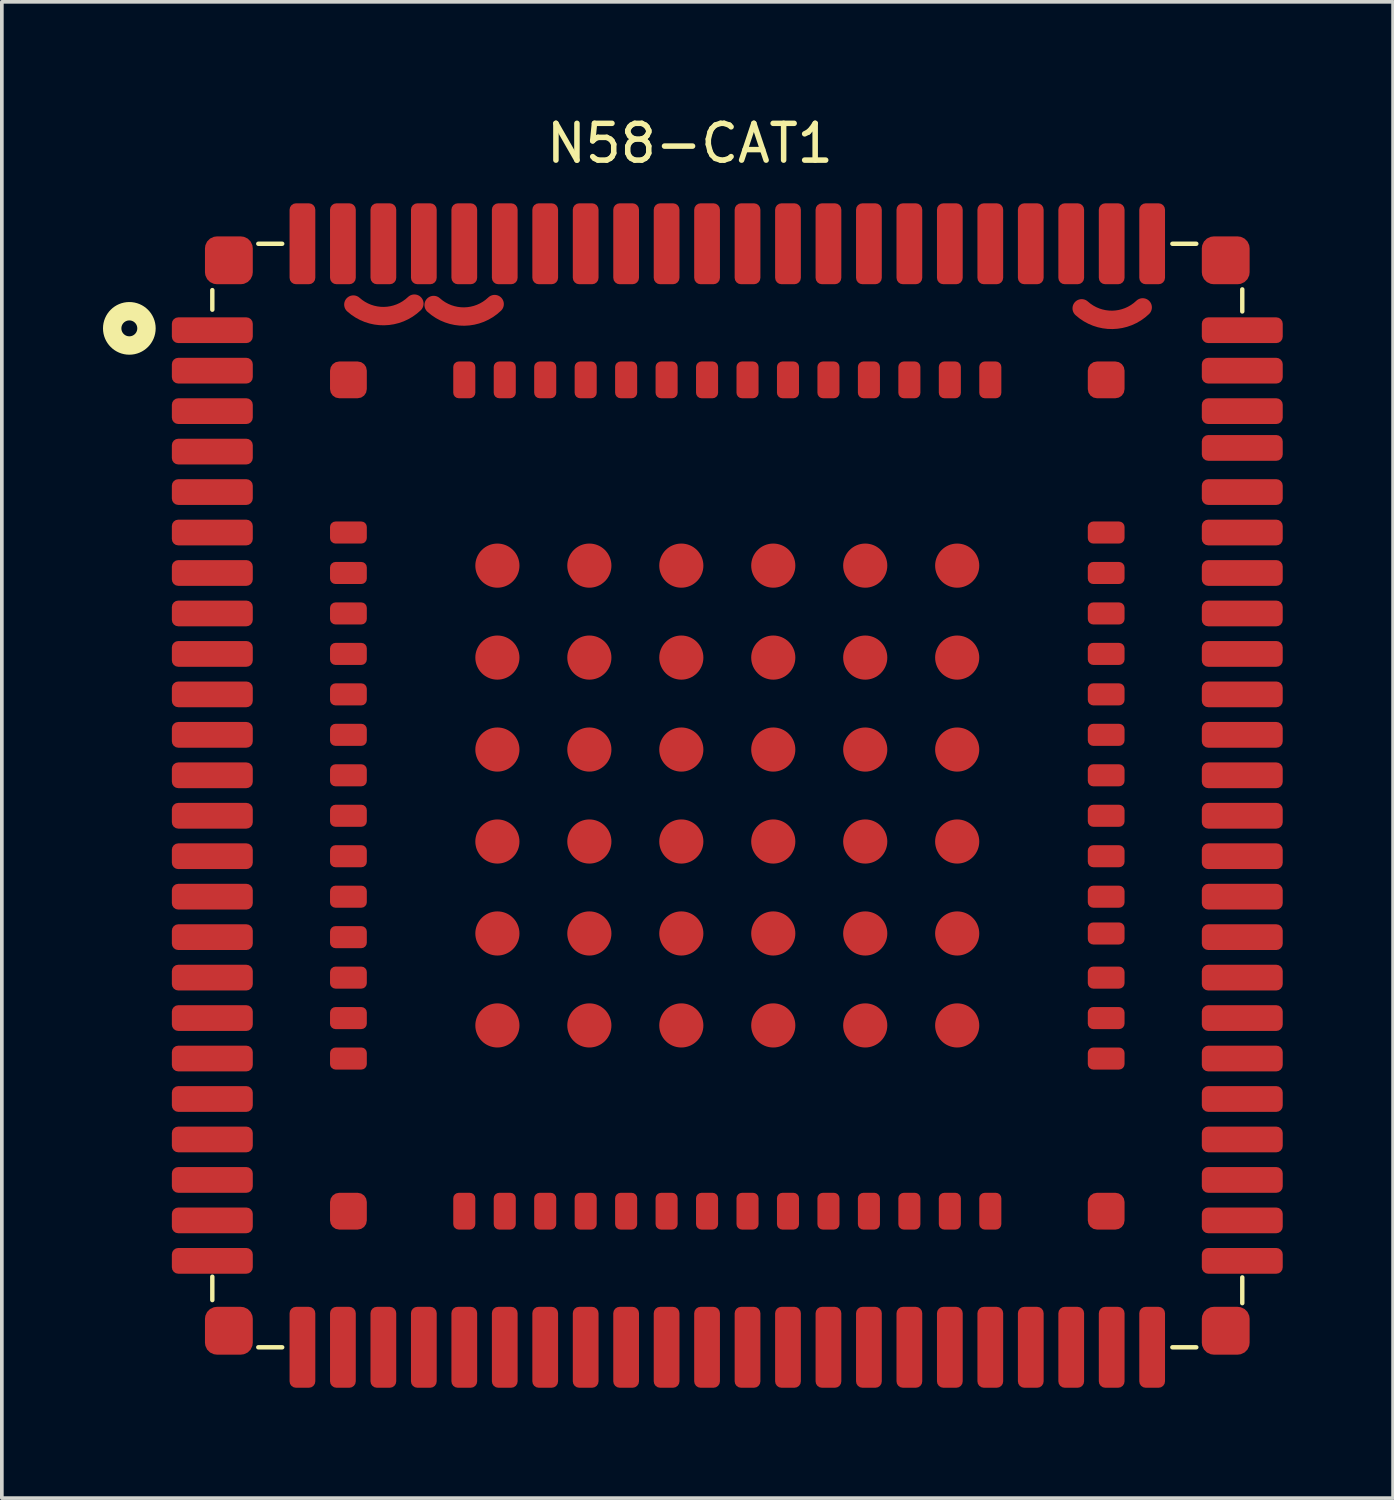
<source format=kicad_pcb>
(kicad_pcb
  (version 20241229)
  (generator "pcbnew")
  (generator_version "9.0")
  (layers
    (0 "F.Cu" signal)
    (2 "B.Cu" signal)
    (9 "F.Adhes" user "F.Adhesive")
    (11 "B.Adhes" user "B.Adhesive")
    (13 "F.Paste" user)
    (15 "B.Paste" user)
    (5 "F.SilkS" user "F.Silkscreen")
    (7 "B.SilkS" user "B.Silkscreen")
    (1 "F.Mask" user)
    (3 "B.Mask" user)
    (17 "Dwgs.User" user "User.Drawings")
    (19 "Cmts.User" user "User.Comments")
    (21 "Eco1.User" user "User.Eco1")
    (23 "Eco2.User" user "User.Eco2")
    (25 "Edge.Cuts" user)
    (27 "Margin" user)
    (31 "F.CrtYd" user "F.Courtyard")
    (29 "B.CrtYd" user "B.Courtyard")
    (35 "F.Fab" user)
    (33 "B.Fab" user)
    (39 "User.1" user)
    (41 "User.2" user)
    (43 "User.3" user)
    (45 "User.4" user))
  (footprint "N58-CAT1"
    (layer "F.Cu")
    (at 16.722 18.577)
    (property "Reference" "N58-CAT1" (at -1.016 -17.729 0) (unlocked yes) (layer "F.SilkS") (effects (font (size 1 1) (thickness 0.15))))
    (attr smd)
    (fp_arc (start -8.507145 -13.372454) (mid -9.331367 -13.033388) (end -10.165586 -13.347054) (stroke (width 0.5) (type solid)) (layer "F.Cu"))
    (fp_arc (start -6.3246 -13.3604) (mid -7.148822 -13.021334) (end -7.983041 -13.335) (stroke (width 0.5) (type solid)) (layer "F.Cu"))
    (fp_arc (start 11.292855 -13.270254) (mid 10.468633 -12.931188) (end 9.634414 -13.244854) (stroke (width 0.5) (type solid)) (layer "F.Cu"))
    (fp_line (start -14 -13.74) (end -14 -13.208) (stroke (width 0.12) (type solid)) (layer "F.SilkS"))
    (fp_line (start -14 13.081) (end -14 13.716) (stroke (width 0.12) (type solid)) (layer "F.SilkS"))
    (fp_line (start -12.75 15) (end -12.1 15) (stroke (width 0.12) (type solid)) (layer "F.SilkS"))
    (fp_line (start -12.1 -15) (end -12.75 -15) (stroke (width 0.12) (type solid)) (layer "F.SilkS"))
    (fp_line (start 12.1 15) (end 12.75 15) (stroke (width 0.12) (type solid)) (layer "F.SilkS"))
    (fp_line (start 12.75 -15) (end 12.1 -15) (stroke (width 0.12) (type solid)) (layer "F.SilkS"))
    (fp_line (start 14 -13.76) (end 14 -13.16) (stroke (width 0.12) (type solid)) (layer "F.SilkS"))
    (fp_line (start 14 13.1) (end 14 13.8) (stroke (width 0.12) (type solid)) (layer "F.SilkS"))
    (fp_circle (center -16.256 -12.7) (end -16.04 -12.7) (stroke (width 0.5) (type solid)) (fill no) (layer "F.SilkS"))
    (pad "1" smd roundrect (at -13.55 -14.55) (size 1.3 1.3) (layers "F.Cu" "F.Mask" "F.Paste") (roundrect_rratio 0.25))
    (pad "2" smd roundrect (at -14 -12.65) (size 2.2 0.7) (layers "F.Cu" "F.Mask" "F.Paste") (roundrect_rratio 0.25))
    (pad "3" smd roundrect (at -14 -11.55) (size 2.2 0.7) (layers "F.Cu" "F.Mask" "F.Paste") (roundrect_rratio 0.25))
    (pad "4" smd roundrect (at -14 -10.45) (size 2.2 0.7) (layers "F.Cu" "F.Mask" "F.Paste") (roundrect_rratio 0.25))
    (pad "5" smd roundrect (at -14 -9.35) (size 2.2 0.7) (layers "F.Cu" "F.Mask" "F.Paste") (roundrect_rratio 0.25))
    (pad "6" smd roundrect (at -14 -8.25) (size 2.2 0.7) (layers "F.Cu" "F.Mask" "F.Paste") (roundrect_rratio 0.25))
    (pad "7" smd roundrect (at -14 -7.15) (size 2.2 0.7) (layers "F.Cu" "F.Mask" "F.Paste") (roundrect_rratio 0.25))
    (pad "8" smd roundrect (at -14 -6.05) (size 2.2 0.7) (layers "F.Cu" "F.Mask" "F.Paste") (roundrect_rratio 0.25))
    (pad "9" smd roundrect (at -14 -4.95) (size 2.2 0.7) (layers "F.Cu" "F.Mask" "F.Paste") (roundrect_rratio 0.25))
    (pad "10" smd roundrect (at -14 -3.85) (size 2.2 0.7) (layers "F.Cu" "F.Mask" "F.Paste") (roundrect_rratio 0.25))
    (pad "11" smd roundrect (at -14 -2.75) (size 2.2 0.7) (layers "F.Cu" "F.Mask" "F.Paste") (roundrect_rratio 0.25))
    (pad "12" smd roundrect (at -14 -1.65) (size 2.2 0.7) (layers "F.Cu" "F.Mask" "F.Paste") (roundrect_rratio 0.25))
    (pad "13" smd roundrect (at -14 -0.55) (size 2.2 0.7) (layers "F.Cu" "F.Mask" "F.Paste") (roundrect_rratio 0.25))
    (pad "14" smd roundrect (at -14 0.55) (size 2.2 0.7) (layers "F.Cu" "F.Mask" "F.Paste") (roundrect_rratio 0.25))
    (pad "15" smd roundrect (at -14 1.65) (size 2.2 0.7) (layers "F.Cu" "F.Mask" "F.Paste") (roundrect_rratio 0.25))
    (pad "16" smd roundrect (at -14 2.75) (size 2.2 0.7) (layers "F.Cu" "F.Mask" "F.Paste") (roundrect_rratio 0.25))
    (pad "17" smd roundrect (at -14 3.85) (size 2.2 0.7) (layers "F.Cu" "F.Mask" "F.Paste") (roundrect_rratio 0.25))
    (pad "18" smd roundrect (at -14 4.95) (size 2.2 0.7) (layers "F.Cu" "F.Mask" "F.Paste") (roundrect_rratio 0.25))
    (pad "19" smd roundrect (at -14 6.05) (size 2.2 0.7) (layers "F.Cu" "F.Mask" "F.Paste") (roundrect_rratio 0.25))
    (pad "20" smd roundrect (at -14 7.15) (size 2.2 0.7) (layers "F.Cu" "F.Mask" "F.Paste") (roundrect_rratio 0.25))
    (pad "21" smd roundrect (at -14 8.25) (size 2.2 0.7) (layers "F.Cu" "F.Mask" "F.Paste") (roundrect_rratio 0.25))
    (pad "22" smd roundrect (at -14 9.35) (size 2.2 0.7) (layers "F.Cu" "F.Mask" "F.Paste") (roundrect_rratio 0.25))
    (pad "23" smd roundrect (at -14 10.45) (size 2.2 0.7) (layers "F.Cu" "F.Mask" "F.Paste") (roundrect_rratio 0.25))
    (pad "24" smd roundrect (at -14 11.55) (size 2.2 0.7) (layers "F.Cu" "F.Mask" "F.Paste") (roundrect_rratio 0.25))
    (pad "25" smd roundrect (at -14 12.65) (size 2.2 0.7) (layers "F.Cu" "F.Mask" "F.Paste") (roundrect_rratio 0.25))
    (pad "26" smd roundrect (at -13.55 14.55) (size 1.3 1.3) (layers "F.Cu" "F.Mask" "F.Paste") (roundrect_rratio 0.25))
    (pad "27" smd roundrect (at -11.55 15 90) (size 2.2 0.7) (layers "F.Cu" "F.Mask" "F.Paste") (roundrect_rratio 0.25))
    (pad "28" smd roundrect (at -10.45 15 90) (size 2.2 0.7) (layers "F.Cu" "F.Mask" "F.Paste") (roundrect_rratio 0.25))
    (pad "29" smd roundrect (at -9.35 15 90) (size 2.2 0.7) (layers "F.Cu" "F.Mask" "F.Paste") (roundrect_rratio 0.25))
    (pad "30" smd roundrect (at -8.25 15 90) (size 2.2 0.7) (layers "F.Cu" "F.Mask" "F.Paste") (roundrect_rratio 0.25))
    (pad "31" smd roundrect (at -7.15 15 90) (size 2.2 0.7) (layers "F.Cu" "F.Mask" "F.Paste") (roundrect_rratio 0.25))
    (pad "32" smd roundrect (at -6.05 15 90) (size 2.2 0.7) (layers "F.Cu" "F.Mask" "F.Paste") (roundrect_rratio 0.25))
    (pad "33" smd roundrect (at -4.95 15 90) (size 2.2 0.7) (layers "F.Cu" "F.Mask" "F.Paste") (roundrect_rratio 0.25))
    (pad "34" smd roundrect (at -3.85 15 90) (size 2.2 0.7) (layers "F.Cu" "F.Mask" "F.Paste") (roundrect_rratio 0.25))
    (pad "35" smd roundrect (at -2.75 15 90) (size 2.2 0.7) (layers "F.Cu" "F.Mask" "F.Paste") (roundrect_rratio 0.25))
    (pad "36" smd roundrect (at -1.65 15 90) (size 2.2 0.7) (layers "F.Cu" "F.Mask" "F.Paste") (roundrect_rratio 0.25))
    (pad "37" smd roundrect (at -0.55 15 90) (size 2.2 0.7) (layers "F.Cu" "F.Mask" "F.Paste") (roundrect_rratio 0.25))
    (pad "38" smd roundrect (at 0.55 15 90) (size 2.2 0.7) (layers "F.Cu" "F.Mask" "F.Paste") (roundrect_rratio 0.25))
    (pad "39" smd roundrect (at 1.65 15 90) (size 2.2 0.7) (layers "F.Cu" "F.Mask" "F.Paste") (roundrect_rratio 0.25))
    (pad "40" smd roundrect (at 2.75 15 90) (size 2.2 0.7) (layers "F.Cu" "F.Mask" "F.Paste") (roundrect_rratio 0.25))
    (pad "41" smd roundrect (at 3.85 15 90) (size 2.2 0.7) (layers "F.Cu" "F.Mask" "F.Paste") (roundrect_rratio 0.25))
    (pad "42" smd roundrect (at 4.95 15 90) (size 2.2 0.7) (layers "F.Cu" "F.Mask" "F.Paste") (roundrect_rratio 0.25))
    (pad "43" smd roundrect (at 6.05 15 90) (size 2.2 0.7) (layers "F.Cu" "F.Mask" "F.Paste") (roundrect_rratio 0.25))
    (pad "44" smd roundrect (at 7.15 15 90) (size 2.2 0.7) (layers "F.Cu" "F.Mask" "F.Paste") (roundrect_rratio 0.25))
    (pad "45" smd roundrect (at 8.25 15 90) (size 2.2 0.7) (layers "F.Cu" "F.Mask" "F.Paste") (roundrect_rratio 0.25))
    (pad "46" smd roundrect (at 9.35 15 90) (size 2.2 0.7) (layers "F.Cu" "F.Mask" "F.Paste") (roundrect_rratio 0.25))
    (pad "47" smd roundrect (at 10.45 15 90) (size 2.2 0.7) (layers "F.Cu" "F.Mask" "F.Paste") (roundrect_rratio 0.25))
    (pad "48" smd roundrect (at 11.55 15 90) (size 2.2 0.7) (layers "F.Cu" "F.Mask" "F.Paste") (roundrect_rratio 0.25))
    (pad "49" smd roundrect (at 13.55 14.55 90) (size 1.3 1.3) (layers "F.Cu" "F.Mask" "F.Paste") (roundrect_rratio 0.25))
    (pad "50" smd roundrect (at 14 12.65 180) (size 2.2 0.7) (layers "F.Cu" "F.Mask" "F.Paste") (roundrect_rratio 0.25))
    (pad "51" smd roundrect (at 14 11.55 180) (size 2.2 0.7) (layers "F.Cu" "F.Mask" "F.Paste") (roundrect_rratio 0.25))
    (pad "52" smd roundrect (at 14 10.45 180) (size 2.2 0.7) (layers "F.Cu" "F.Mask" "F.Paste") (roundrect_rratio 0.25))
    (pad "53" smd roundrect (at 14 9.35 180) (size 2.2 0.7) (layers "F.Cu" "F.Mask" "F.Paste") (roundrect_rratio 0.25))
    (pad "54" smd roundrect (at 14 8.25 180) (size 2.2 0.7) (layers "F.Cu" "F.Mask" "F.Paste") (roundrect_rratio 0.25))
    (pad "55" smd roundrect (at 14 7.15 180) (size 2.2 0.7) (layers "F.Cu" "F.Mask" "F.Paste") (roundrect_rratio 0.25))
    (pad "56" smd roundrect (at 14 6.05 180) (size 2.2 0.7) (layers "F.Cu" "F.Mask" "F.Paste") (roundrect_rratio 0.25))
    (pad "57" smd roundrect (at 14 4.95 180) (size 2.2 0.7) (layers "F.Cu" "F.Mask" "F.Paste") (roundrect_rratio 0.25))
    (pad "58" smd roundrect (at 14 3.85 180) (size 2.2 0.7) (layers "F.Cu" "F.Mask" "F.Paste") (roundrect_rratio 0.25))
    (pad "59" smd roundrect (at 14 2.75 180) (size 2.2 0.7) (layers "F.Cu" "F.Mask" "F.Paste") (roundrect_rratio 0.25))
    (pad "60" smd roundrect (at 14 1.65 180) (size 2.2 0.7) (layers "F.Cu" "F.Mask" "F.Paste") (roundrect_rratio 0.25))
    (pad "61" smd roundrect (at 14 0.55 180) (size 2.2 0.7) (layers "F.Cu" "F.Mask" "F.Paste") (roundrect_rratio 0.25))
    (pad "62" smd roundrect (at 14 -0.55 180) (size 2.2 0.7) (layers "F.Cu" "F.Mask" "F.Paste") (roundrect_rratio 0.25))
    (pad "63" smd roundrect (at 14 -1.65 180) (size 2.2 0.7) (layers "F.Cu" "F.Mask" "F.Paste") (roundrect_rratio 0.25))
    (pad "64" smd roundrect (at 14 -2.75 180) (size 2.2 0.7) (layers "F.Cu" "F.Mask" "F.Paste") (roundrect_rratio 0.25))
    (pad "65" smd roundrect (at 14 -3.85 180) (size 2.2 0.7) (layers "F.Cu" "F.Mask" "F.Paste") (roundrect_rratio 0.25))
    (pad "66" smd roundrect (at 14 -4.95 180) (size 2.2 0.7) (layers "F.Cu" "F.Mask" "F.Paste") (roundrect_rratio 0.25))
    (pad "67" smd roundrect (at 14 -6.05 180) (size 2.2 0.7) (layers "F.Cu" "F.Mask" "F.Paste") (roundrect_rratio 0.25))
    (pad "68" smd roundrect (at 14 -7.15 180) (size 2.2 0.7) (layers "F.Cu" "F.Mask" "F.Paste") (roundrect_rratio 0.25))
    (pad "69" smd roundrect (at 14 -8.25 180) (size 2.2 0.7) (layers "F.Cu" "F.Mask" "F.Paste") (roundrect_rratio 0.25))
    (pad "70" smd roundrect (at 14 -9.45 180) (size 2.2 0.7) (layers "F.Cu" "F.Mask" "F.Paste") (roundrect_rratio 0.25))
    (pad "71" smd roundrect (at 14 -10.45 180) (size 2.2 0.7) (layers "F.Cu" "F.Mask" "F.Paste") (roundrect_rratio 0.25))
    (pad "72" smd roundrect (at 14 -11.55 180) (size 2.2 0.7) (layers "F.Cu" "F.Mask" "F.Paste") (roundrect_rratio 0.25))
    (pad "73" smd roundrect (at 14 -12.65 180) (size 2.2 0.7) (layers "F.Cu" "F.Mask" "F.Paste") (roundrect_rratio 0.25))
    (pad "74" smd roundrect (at 13.55 -14.55 180) (size 1.3 1.3) (layers "F.Cu" "F.Mask" "F.Paste") (roundrect_rratio 0.25))
    (pad "75" smd roundrect (at 11.55 -15 270) (size 2.2 0.7) (layers "F.Cu" "F.Mask" "F.Paste") (roundrect_rratio 0.25))
    (pad "76" smd roundrect (at 10.45 -15 270) (size 2.2 0.7) (layers "F.Cu" "F.Mask" "F.Paste") (roundrect_rratio 0.25))
    (pad "77" smd roundrect (at 9.35 -15 270) (size 2.2 0.7) (layers "F.Cu" "F.Mask" "F.Paste") (roundrect_rratio 0.25))
    (pad "78" smd roundrect (at 8.25 -15 270) (size 2.2 0.7) (layers "F.Cu" "F.Mask" "F.Paste") (roundrect_rratio 0.25))
    (pad "79" smd roundrect (at 7.15 -15 270) (size 2.2 0.7) (layers "F.Cu" "F.Mask" "F.Paste") (roundrect_rratio 0.25))
    (pad "80" smd roundrect (at 6.05 -15 270) (size 2.2 0.7) (layers "F.Cu" "F.Mask" "F.Paste") (roundrect_rratio 0.25))
    (pad "81" smd roundrect (at 4.95 -15 270) (size 2.2 0.7) (layers "F.Cu" "F.Mask" "F.Paste") (roundrect_rratio 0.25))
    (pad "82" smd roundrect (at 3.85 -15 270) (size 2.2 0.7) (layers "F.Cu" "F.Mask" "F.Paste") (roundrect_rratio 0.25))
    (pad "83" smd roundrect (at 2.75 -15 270) (size 2.2 0.7) (layers "F.Cu" "F.Mask" "F.Paste") (roundrect_rratio 0.25))
    (pad "84" smd roundrect (at 1.65 -15 270) (size 2.2 0.7) (layers "F.Cu" "F.Mask" "F.Paste") (roundrect_rratio 0.25))
    (pad "85" smd roundrect (at 0.55 -15 270) (size 2.2 0.7) (layers "F.Cu" "F.Mask" "F.Paste") (roundrect_rratio 0.25))
    (pad "86" smd roundrect (at -0.55 -15 270) (size 2.2 0.7) (layers "F.Cu" "F.Mask" "F.Paste") (roundrect_rratio 0.25))
    (pad "87" smd roundrect (at -1.65 -15 270) (size 2.2 0.7) (layers "F.Cu" "F.Mask" "F.Paste") (roundrect_rratio 0.25))
    (pad "88" smd roundrect (at -2.75 -15 270) (size 2.2 0.7) (layers "F.Cu" "F.Mask" "F.Paste") (roundrect_rratio 0.25))
    (pad "89" smd roundrect (at -3.85 -15 270) (size 2.2 0.7) (layers "F.Cu" "F.Mask" "F.Paste") (roundrect_rratio 0.25))
    (pad "90" smd roundrect (at -4.95 -15 270) (size 2.2 0.7) (layers "F.Cu" "F.Mask" "F.Paste") (roundrect_rratio 0.25))
    (pad "91" smd roundrect (at -6.05 -15 270) (size 2.2 0.7) (layers "F.Cu" "F.Mask" "F.Paste") (roundrect_rratio 0.25))
    (pad "92" smd roundrect (at -7.15 -15 270) (size 2.2 0.7) (layers "F.Cu" "F.Mask" "F.Paste") (roundrect_rratio 0.25))
    (pad "93" smd roundrect (at -8.25 -15 270) (size 2.2 0.7) (layers "F.Cu" "F.Mask" "F.Paste") (roundrect_rratio 0.25))
    (pad "94" smd roundrect (at -9.35 -15 270) (size 2.2 0.7) (layers "F.Cu" "F.Mask" "F.Paste") (roundrect_rratio 0.25))
    (pad "95" smd roundrect (at -10.45 -15 270) (size 2.2 0.7) (layers "F.Cu" "F.Mask" "F.Paste") (roundrect_rratio 0.25))
    (pad "96" smd roundrect (at -11.55 -15 270) (size 2.2 0.7) (layers "F.Cu" "F.Mask" "F.Paste") (roundrect_rratio 0.25))
    (pad "97" smd roundrect (at -10.3 -11.3 270) (size 1 1) (layers "F.Cu" "F.Mask" "F.Paste") (roundrect_rratio 0.25))
    (pad "98" smd roundrect (at -10.3 11.3 270) (size 1 1) (layers "F.Cu" "F.Mask" "F.Paste") (roundrect_rratio 0.25))
    (pad "99" smd roundrect (at 10.3 11.3 270) (size 1 1) (layers "F.Cu" "F.Mask" "F.Paste") (roundrect_rratio 0.25))
    (pad "100" smd roundrect (at 10.3 -11.3 270) (size 1 1) (layers "F.Cu" "F.Mask" "F.Paste") (roundrect_rratio 0.25))
    (pad "101" smd roundrect (at -10.3 -7.15) (size 1 0.6) (layers "F.Cu" "F.Mask" "F.Paste") (roundrect_rratio 0.25))
    (pad "102" smd roundrect (at -10.3 -6.05) (size 1 0.6) (layers "F.Cu" "F.Mask" "F.Paste") (roundrect_rratio 0.25))
    (pad "103" smd roundrect (at -10.3 -4.95) (size 1 0.6) (layers "F.Cu" "F.Mask" "F.Paste") (roundrect_rratio 0.25))
    (pad "104" smd roundrect (at -10.3 -3.85) (size 1 0.6) (layers "F.Cu" "F.Mask" "F.Paste") (roundrect_rratio 0.25))
    (pad "105" smd roundrect (at -10.3 -2.75) (size 1 0.6) (layers "F.Cu" "F.Mask" "F.Paste") (roundrect_rratio 0.25))
    (pad "106" smd roundrect (at -10.3 -1.65) (size 1 0.6) (layers "F.Cu" "F.Mask" "F.Paste") (roundrect_rratio 0.25))
    (pad "107" smd roundrect (at -10.3 -0.55) (size 1 0.6) (layers "F.Cu" "F.Mask" "F.Paste") (roundrect_rratio 0.25))
    (pad "108" smd roundrect (at -10.3 0.55) (size 1 0.6) (layers "F.Cu" "F.Mask" "F.Paste") (roundrect_rratio 0.25))
    (pad "109" smd roundrect (at -10.3 1.65) (size 1 0.6) (layers "F.Cu" "F.Mask" "F.Paste") (roundrect_rratio 0.25))
    (pad "110" smd roundrect (at -10.3 2.75) (size 1 0.6) (layers "F.Cu" "F.Mask" "F.Paste") (roundrect_rratio 0.25))
    (pad "111" smd roundrect (at -10.3 3.85) (size 1 0.6) (layers "F.Cu" "F.Mask" "F.Paste") (roundrect_rratio 0.25))
    (pad "112" smd roundrect (at -10.3 4.95) (size 1 0.6) (layers "F.Cu" "F.Mask" "F.Paste") (roundrect_rratio 0.25))
    (pad "113" smd roundrect (at -10.3 6.05) (size 1 0.6) (layers "F.Cu" "F.Mask" "F.Paste") (roundrect_rratio 0.25))
    (pad "114" smd roundrect (at -10.3 7.15) (size 1 0.6) (layers "F.Cu" "F.Mask" "F.Paste") (roundrect_rratio 0.25))
    (pad "115" smd roundrect (at -7.15 11.3 90) (size 1 0.6) (layers "F.Cu" "F.Mask" "F.Paste") (roundrect_rratio 0.25))
    (pad "116" smd roundrect (at -6.05 11.3 90) (size 1 0.6) (layers "F.Cu" "F.Mask" "F.Paste") (roundrect_rratio 0.25))
    (pad "117" smd roundrect (at -4.95 11.3 90) (size 1 0.6) (layers "F.Cu" "F.Mask" "F.Paste") (roundrect_rratio 0.25))
    (pad "118" smd roundrect (at -3.85 11.3 90) (size 1 0.6) (layers "F.Cu" "F.Mask" "F.Paste") (roundrect_rratio 0.25))
    (pad "119" smd roundrect (at -2.75 11.3 90) (size 1 0.6) (layers "F.Cu" "F.Mask" "F.Paste") (roundrect_rratio 0.25))
    (pad "120" smd roundrect (at -1.65 11.3 90) (size 1 0.6) (layers "F.Cu" "F.Mask" "F.Paste") (roundrect_rratio 0.25))
    (pad "121" smd roundrect (at -0.55 11.3 90) (size 1 0.6) (layers "F.Cu" "F.Mask" "F.Paste") (roundrect_rratio 0.25))
    (pad "122" smd roundrect (at 0.55 11.3 90) (size 1 0.6) (layers "F.Cu" "F.Mask" "F.Paste") (roundrect_rratio 0.25))
    (pad "123" smd roundrect (at 1.65 11.3 90) (size 1 0.6) (layers "F.Cu" "F.Mask" "F.Paste") (roundrect_rratio 0.25))
    (pad "124" smd roundrect (at 2.75 11.3 90) (size 1 0.6) (layers "F.Cu" "F.Mask" "F.Paste") (roundrect_rratio 0.25))
    (pad "125" smd roundrect (at 3.85 11.3 90) (size 1 0.6) (layers "F.Cu" "F.Mask" "F.Paste") (roundrect_rratio 0.25))
    (pad "126" smd roundrect (at 4.95 11.3 90) (size 1 0.6) (layers "F.Cu" "F.Mask" "F.Paste") (roundrect_rratio 0.25))
    (pad "127" smd roundrect (at 6.05 11.3 90) (size 1 0.6) (layers "F.Cu" "F.Mask" "F.Paste") (roundrect_rratio 0.25))
    (pad "128" smd roundrect (at 7.15 11.3 90) (size 1 0.6) (layers "F.Cu" "F.Mask" "F.Paste") (roundrect_rratio 0.25))
    (pad "129" smd roundrect (at 10.3 7.15 180) (size 1 0.6) (layers "F.Cu" "F.Mask" "F.Paste") (roundrect_rratio 0.25))
    (pad "130" smd roundrect (at 10.3 6.05 180) (size 1 0.6) (layers "F.Cu" "F.Mask" "F.Paste") (roundrect_rratio 0.25))
    (pad "131" smd roundrect (at 10.3 4.95 180) (size 1 0.6) (layers "F.Cu" "F.Mask" "F.Paste") (roundrect_rratio 0.25))
    (pad "132" smd roundrect (at 10.3 3.75 180) (size 1 0.6) (layers "F.Cu" "F.Mask" "F.Paste") (roundrect_rratio 0.25))
    (pad "133" smd roundrect (at 10.3 2.75 180) (size 1 0.6) (layers "F.Cu" "F.Mask" "F.Paste") (roundrect_rratio 0.25))
    (pad "134" smd roundrect (at 10.3 1.65 180) (size 1 0.6) (layers "F.Cu" "F.Mask" "F.Paste") (roundrect_rratio 0.25))
    (pad "135" smd roundrect (at 10.3 0.55 180) (size 1 0.6) (layers "F.Cu" "F.Mask" "F.Paste") (roundrect_rratio 0.25))
    (pad "136" smd roundrect (at 10.3 -0.55 180) (size 1 0.6) (layers "F.Cu" "F.Mask" "F.Paste") (roundrect_rratio 0.25))
    (pad "137" smd roundrect (at 10.3 -1.65 180) (size 1 0.6) (layers "F.Cu" "F.Mask" "F.Paste") (roundrect_rratio 0.25))
    (pad "138" smd roundrect (at 10.3 -2.75 180) (size 1 0.6) (layers "F.Cu" "F.Mask" "F.Paste") (roundrect_rratio 0.25))
    (pad "139" smd roundrect (at 10.3 -3.85 180) (size 1 0.6) (layers "F.Cu" "F.Mask" "F.Paste") (roundrect_rratio 0.25))
    (pad "140" smd roundrect (at 10.3 -4.95 180) (size 1 0.6) (layers "F.Cu" "F.Mask" "F.Paste") (roundrect_rratio 0.25))
    (pad "141" smd roundrect (at 10.3 -6.05 180) (size 1 0.6) (layers "F.Cu" "F.Mask" "F.Paste") (roundrect_rratio 0.25))
    (pad "142" smd roundrect (at 10.3 -7.15 180) (size 1 0.6) (layers "F.Cu" "F.Mask" "F.Paste") (roundrect_rratio 0.25))
    (pad "143" smd roundrect (at 7.15 -11.3 270) (size 1 0.6) (layers "F.Cu" "F.Mask" "F.Paste") (roundrect_rratio 0.25))
    (pad "144" smd roundrect (at 6.05 -11.3 270) (size 1 0.6) (layers "F.Cu" "F.Mask" "F.Paste") (roundrect_rratio 0.25))
    (pad "145" smd roundrect (at 4.95 -11.3 270) (size 1 0.6) (layers "F.Cu" "F.Mask" "F.Paste") (roundrect_rratio 0.25))
    (pad "146" smd roundrect (at 3.85 -11.3 270) (size 1 0.6) (layers "F.Cu" "F.Mask" "F.Paste") (roundrect_rratio 0.25))
    (pad "147" smd roundrect (at 2.75 -11.3 270) (size 1 0.6) (layers "F.Cu" "F.Mask" "F.Paste") (roundrect_rratio 0.25))
    (pad "148" smd roundrect (at 1.65 -11.3 270) (size 1 0.6) (layers "F.Cu" "F.Mask" "F.Paste") (roundrect_rratio 0.25))
    (pad "149" smd roundrect (at 0.55 -11.3 270) (size 1 0.6) (layers "F.Cu" "F.Mask" "F.Paste") (roundrect_rratio 0.25))
    (pad "150" smd roundrect (at -0.55 -11.3 270) (size 1 0.6) (layers "F.Cu" "F.Mask" "F.Paste") (roundrect_rratio 0.25))
    (pad "151" smd roundrect (at -1.65 -11.3 270) (size 1 0.6) (layers "F.Cu" "F.Mask" "F.Paste") (roundrect_rratio 0.25))
    (pad "152" smd roundrect (at -2.75 -11.3 270) (size 1 0.6) (layers "F.Cu" "F.Mask" "F.Paste") (roundrect_rratio 0.25))
    (pad "153" smd roundrect (at -3.85 -11.3 270) (size 1 0.6) (layers "F.Cu" "F.Mask" "F.Paste") (roundrect_rratio 0.25))
    (pad "154" smd roundrect (at -4.95 -11.3 270) (size 1 0.6) (layers "F.Cu" "F.Mask" "F.Paste") (roundrect_rratio 0.25))
    (pad "155" smd roundrect (at -6.05 -11.3 270) (size 1 0.6) (layers "F.Cu" "F.Mask" "F.Paste") (roundrect_rratio 0.25))
    (pad "156" smd roundrect (at -7.15 -11.3 270) (size 1 0.6) (layers "F.Cu" "F.Mask" "F.Paste") (roundrect_rratio 0.25))
    (pad "157" smd circle (at -6.25 -6.25 270) (size 1.2 1.2) (layers "F.Cu" "F.Mask" "F.Paste"))
    (pad "158" smd circle (at -6.25 -3.75 270) (size 1.2 1.2) (layers "F.Cu" "F.Mask" "F.Paste"))
    (pad "159" smd circle (at -6.25 -1.25 270) (size 1.2 1.2) (layers "F.Cu" "F.Mask" "F.Paste"))
    (pad "160" smd circle (at -6.25 1.25 270) (size 1.2 1.2) (layers "F.Cu" "F.Mask" "F.Paste"))
    (pad "161" smd circle (at -6.25 3.75 270) (size 1.2 1.2) (layers "F.Cu" "F.Mask" "F.Paste"))
    (pad "162" smd circle (at -6.25 6.25 270) (size 1.2 1.2) (layers "F.Cu" "F.Mask" "F.Paste"))
    (pad "163" smd circle (at -3.75 6.25 270) (size 1.2 1.2) (layers "F.Cu" "F.Mask" "F.Paste"))
    (pad "164" smd circle (at -1.25 6.25 270) (size 1.2 1.2) (layers "F.Cu" "F.Mask" "F.Paste"))
    (pad "165" smd circle (at 1.25 6.25 270) (size 1.2 1.2) (layers "F.Cu" "F.Mask" "F.Paste"))
    (pad "166" smd circle (at 3.75 6.25 270) (size 1.2 1.2) (layers "F.Cu" "F.Mask" "F.Paste"))
    (pad "167" smd circle (at 6.25 6.25 270) (size 1.2 1.2) (layers "F.Cu" "F.Mask" "F.Paste"))
    (pad "168" smd circle (at 6.25 3.75 270) (size 1.2 1.2) (layers "F.Cu" "F.Mask" "F.Paste"))
    (pad "169" smd circle (at 6.25 1.25 270) (size 1.2 1.2) (layers "F.Cu" "F.Mask" "F.Paste"))
    (pad "170" smd circle (at 6.25 -1.25 270) (size 1.2 1.2) (layers "F.Cu" "F.Mask" "F.Paste"))
    (pad "171" smd circle (at 6.25 -3.75 270) (size 1.2 1.2) (layers "F.Cu" "F.Mask" "F.Paste"))
    (pad "172" smd circle (at 6.25 -6.25 270) (size 1.2 1.2) (layers "F.Cu" "F.Mask" "F.Paste"))
    (pad "173" smd circle (at 3.75 -6.25 270) (size 1.2 1.2) (layers "F.Cu" "F.Mask" "F.Paste"))
    (pad "174" smd circle (at 1.25 -6.25 270) (size 1.2 1.2) (layers "F.Cu" "F.Mask" "F.Paste"))
    (pad "175" smd circle (at -1.25 -6.25 270) (size 1.2 1.2) (layers "F.Cu" "F.Mask" "F.Paste"))
    (pad "176" smd circle (at -3.75 -6.25 270) (size 1.2 1.2) (layers "F.Cu" "F.Mask" "F.Paste"))
    (pad "177" smd circle (at -3.75 -3.75 270) (size 1.2 1.2) (layers "F.Cu" "F.Mask" "F.Paste"))
    (pad "178" smd circle (at -3.75 -1.25 270) (size 1.2 1.2) (layers "F.Cu" "F.Mask" "F.Paste"))
    (pad "179" smd circle (at -3.75 1.25 270) (size 1.2 1.2) (layers "F.Cu" "F.Mask" "F.Paste"))
    (pad "180" smd circle (at -3.75 3.75 270) (size 1.2 1.2) (layers "F.Cu" "F.Mask" "F.Paste"))
    (pad "181" smd circle (at -1.25 3.75 270) (size 1.2 1.2) (layers "F.Cu" "F.Mask" "F.Paste"))
    (pad "182" smd circle (at 1.25 3.75 270) (size 1.2 1.2) (layers "F.Cu" "F.Mask" "F.Paste"))
    (pad "183" smd circle (at 3.75 3.75 270) (size 1.2 1.2) (layers "F.Cu" "F.Mask" "F.Paste"))
    (pad "184" smd circle (at 3.75 1.25 270) (size 1.2 1.2) (layers "F.Cu" "F.Mask" "F.Paste"))
    (pad "185" smd circle (at 3.75 -1.25 270) (size 1.2 1.2) (layers "F.Cu" "F.Mask" "F.Paste"))
    (pad "186" smd circle (at 3.75 -3.75 270) (size 1.2 1.2) (layers "F.Cu" "F.Mask" "F.Paste"))
    (pad "187" smd circle (at 1.25 -3.75 270) (size 1.2 1.2) (layers "F.Cu" "F.Mask" "F.Paste"))
    (pad "188" smd circle (at -1.25 -3.75 270) (size 1.2 1.2) (layers "F.Cu" "F.Mask" "F.Paste"))
    (pad "189" smd circle (at -1.25 -1.25 270) (size 1.2 1.2) (layers "F.Cu" "F.Mask" "F.Paste"))
    (pad "190" smd circle (at -1.25 1.25 270) (size 1.2 1.2) (layers "F.Cu" "F.Mask" "F.Paste"))
    (pad "191" smd circle (at 1.25 1.25 270) (size 1.2 1.2) (layers "F.Cu" "F.Mask" "F.Paste"))
    (pad "192" smd circle (at 1.25 -1.25 270) (size 1.2 1.2) (layers "F.Cu" "F.Mask" "F.Paste")))
  (gr_rect
    (start -3 -3)
    (end 34.822 37.677)
    (stroke (width 0.1) (type default))
    (fill no)
    (layer "Edge.Cuts")))
</source>
